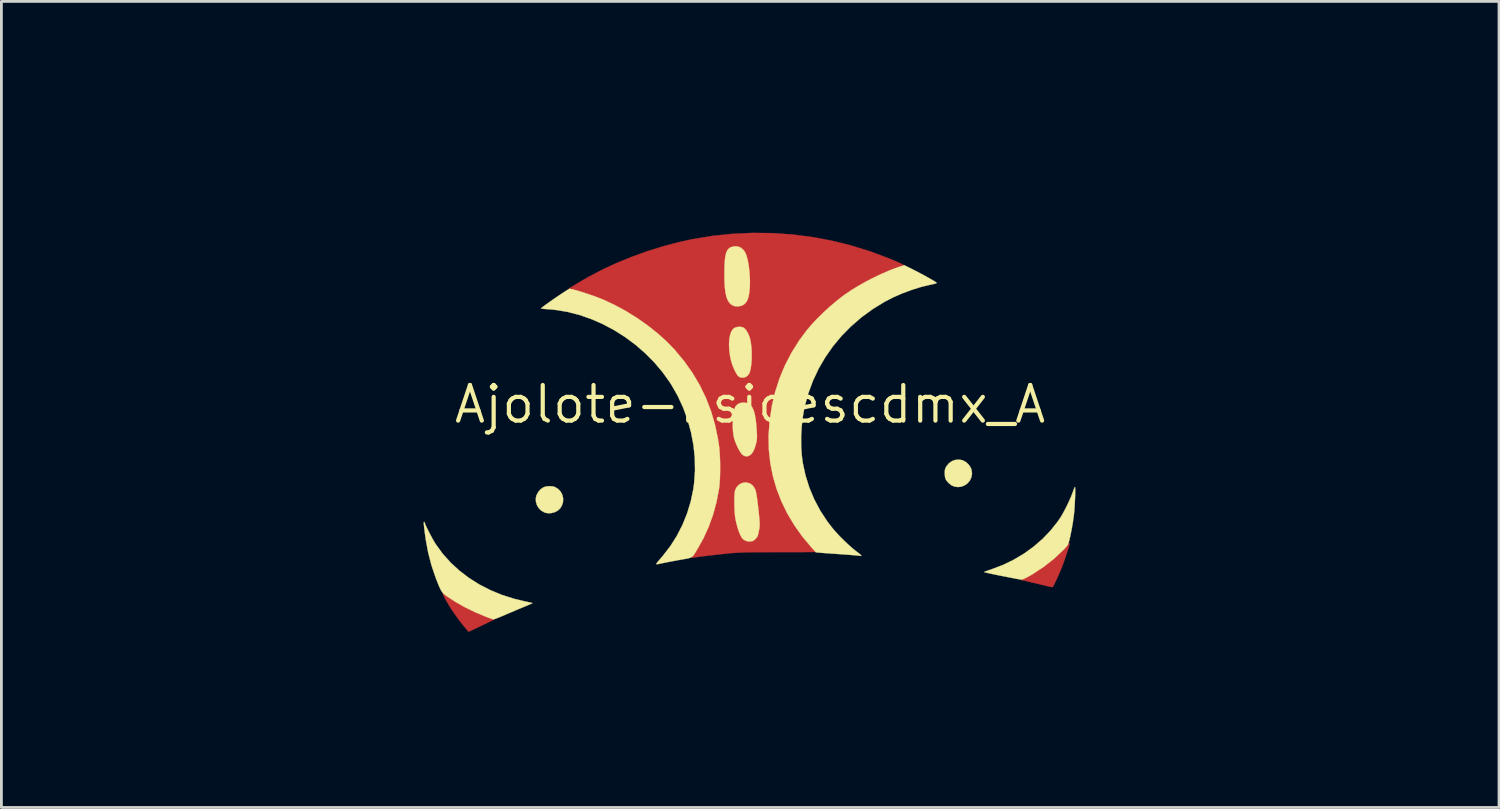
<source format=kicad_pcb>
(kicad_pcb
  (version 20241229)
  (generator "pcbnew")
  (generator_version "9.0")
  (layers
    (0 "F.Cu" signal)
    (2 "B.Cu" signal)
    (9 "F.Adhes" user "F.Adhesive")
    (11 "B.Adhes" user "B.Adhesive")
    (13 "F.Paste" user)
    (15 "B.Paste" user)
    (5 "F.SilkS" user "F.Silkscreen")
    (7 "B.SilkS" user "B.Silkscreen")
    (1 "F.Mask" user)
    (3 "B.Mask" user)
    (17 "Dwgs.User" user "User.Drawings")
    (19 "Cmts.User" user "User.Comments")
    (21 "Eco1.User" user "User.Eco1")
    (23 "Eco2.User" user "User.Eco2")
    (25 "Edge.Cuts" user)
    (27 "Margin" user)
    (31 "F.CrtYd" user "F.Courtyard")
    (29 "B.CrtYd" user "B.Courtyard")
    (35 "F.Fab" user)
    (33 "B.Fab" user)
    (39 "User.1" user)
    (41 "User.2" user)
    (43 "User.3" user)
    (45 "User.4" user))
  (footprint "Ajolote-bsidescdmx_A"
    (layer "F.Cu")
    (at 23.75 11.397)
    (property "Reference" "Ajolote-bsidescdmx_A" (at 0 0 0) (layer "F.SilkS") (effects (font (size 1.27 1.27) (thickness 0.15))))
    (attr through_hole)
    (fp_poly (pts (xy 11.418 4.98) (xy 11.403 5.036) (xy 11.379 5.118) (xy 11.348 5.218) (xy 11.312 5.331) (xy 11.274 5.448) (xy 11.234 5.563) (xy 11.197 5.669) (xy 11.185 5.701) (xy 11.142 5.812) (xy 11.093 5.932) (xy 11.04 6.057) (xy 10.986 6.179) (xy 10.934 6.292) (xy 10.887 6.39) (xy 10.848 6.467) (xy 10.819 6.516) (xy 10.805 6.531) (xy 10.779 6.528) (xy 10.718 6.516) (xy 10.631 6.496) (xy 10.523 6.471) (xy 10.414 6.445) (xy 10.279 6.412) (xy 10.143 6.379) (xy 10.018 6.35) (xy 9.915 6.326) (xy 9.864 6.314) (xy 9.685 6.275) (xy 9.907 6.15) (xy 10.281 5.921) (xy 10.639 5.665) (xy 10.972 5.39) (xy 11.248 5.125) (xy 11.314 5.057) (xy 11.369 5.002) (xy 11.407 4.968) (xy 11.42 4.958) (xy 11.418 4.98)) (stroke (width 0.01) (type solid)) (fill yes) (layer "F.Cu"))
    (fp_poly (pts (xy -10.984 6.736) (xy -10.957 6.751) (xy -10.901 6.786) (xy -10.824 6.836) (xy -10.732 6.896) (xy -10.679 6.932) (xy -10.509 7.039) (xy -10.311 7.152) (xy -10.095 7.267) (xy -9.873 7.376) (xy -9.656 7.475) (xy -9.455 7.558) (xy -9.403 7.577) (xy -9.307 7.613) (xy -9.226 7.645) (xy -9.17 7.669) (xy -9.145 7.682) (xy -9.144 7.683) (xy -9.162 7.695) (xy -9.214 7.722) (xy -9.293 7.761) (xy -9.395 7.811) (xy -9.514 7.868) (xy -9.599 7.909) (xy -10.054 8.124) (xy -10.152 8.015) (xy -10.224 7.93) (xy -10.312 7.819) (xy -10.409 7.692) (xy -10.507 7.558) (xy -10.598 7.428) (xy -10.677 7.311) (xy -10.703 7.271) (xy -10.77 7.161) (xy -10.834 7.053) (xy -10.89 6.952) (xy -10.936 6.864) (xy -10.969 6.795) (xy -10.987 6.75) (xy -10.985 6.735) (xy -10.984 6.736)) (stroke (width 0.01) (type solid)) (fill yes) (layer "F.Cu"))
    (fp_poly (pts (xy 0.807 -6.118) (xy 1.52 -6.068) (xy 2.228 -5.977) (xy 2.93 -5.845) (xy 3.624 -5.672) (xy 4.309 -5.459) (xy 4.897 -5.24) (xy 5.072 -5.169) (xy 5.221 -5.105) (xy 5.343 -5.051) (xy 5.433 -5.007) (xy 5.49 -4.975) (xy 5.511 -4.956) (xy 5.51 -4.953) (xy 5.483 -4.94) (xy 5.426 -4.919) (xy 5.35 -4.892) (xy 5.313 -4.88) (xy 4.9 -4.728) (xy 4.482 -4.541) (xy 4.069 -4.325) (xy 3.669 -4.085) (xy 3.292 -3.826) (xy 3.186 -3.745) (xy 2.777 -3.405) (xy 2.402 -3.041) (xy 2.063 -2.654) (xy 1.759 -2.246) (xy 1.491 -1.819) (xy 1.26 -1.372) (xy 1.067 -0.909) (xy 0.912 -0.43) (xy 0.796 0.064) (xy 0.72 0.572) (xy 0.684 1.069) (xy 0.689 1.556) (xy 0.734 2.034) (xy 0.821 2.504) (xy 0.95 2.966) (xy 1.121 3.422) (xy 1.141 3.47) (xy 1.308 3.816) (xy 1.506 4.164) (xy 1.73 4.502) (xy 1.97 4.82) (xy 2.209 5.094) (xy 2.273 5.163) (xy 2.326 5.221) (xy 2.36 5.26) (xy 2.371 5.273) (xy 2.35 5.275) (xy 2.291 5.276) (xy 2.196 5.277) (xy 2.07 5.278) (xy 1.916 5.279) (xy 1.737 5.28) (xy 1.538 5.281) (xy 1.321 5.281) (xy 1.091 5.281) (xy 1.042 5.281) (xy 0.755 5.281) (xy 0.507 5.282) (xy 0.292 5.283) (xy 0.106 5.285) (xy -0.053 5.287) (xy -0.192 5.29) (xy -0.313 5.294) (xy -0.422 5.299) (xy -0.521 5.305) (xy -0.616 5.312) (xy -0.699 5.319) (xy -0.846 5.334) (xy -1.014 5.351) (xy -1.194 5.371) (xy -1.377 5.392) (xy -1.556 5.414) (xy -1.721 5.434) (xy -1.865 5.453) (xy -1.977 5.469) (xy -2.008 5.474) (xy -2.062 5.479) (xy -2.093 5.476) (xy -2.095 5.473) (xy -2.084 5.45) (xy -2.055 5.402) (xy -2.015 5.339) (xy -2.014 5.338) (xy -1.796 4.985) (xy -1.602 4.603) (xy -1.434 4.201) (xy -1.296 3.787) (xy -1.191 3.37) (xy -1.156 3.185) (xy -1.101 2.743) (xy -1.082 2.288) (xy -1.099 1.823) (xy -1.151 1.356) (xy -1.237 0.891) (xy -1.357 0.434) (xy -1.508 -0.01) (xy -1.691 -0.434) (xy -1.781 -0.614) (xy -1.87 -0.773) (xy -1.978 -0.953) (xy -2.098 -1.141) (xy -2.222 -1.325) (xy -2.342 -1.494) (xy -2.446 -1.63) (xy -2.542 -1.744) (xy -2.662 -1.876) (xy -2.797 -2.02) (xy -2.94 -2.165) (xy -3.082 -2.305) (xy -3.214 -2.429) (xy -3.313 -2.517) (xy -3.75 -2.865) (xy -4.212 -3.177) (xy -4.698 -3.456) (xy -5.209 -3.7) (xy -5.546 -3.837) (xy -5.706 -3.895) (xy -5.873 -3.952) (xy -6.038 -4.004) (xy -6.192 -4.048) (xy -6.323 -4.081) (xy -6.398 -4.097) (xy -6.448 -4.109) (xy -6.476 -4.122) (xy -6.477 -4.125) (xy -6.46 -4.141) (xy -6.411 -4.174) (xy -6.336 -4.221) (xy -6.241 -4.28) (xy -6.132 -4.346) (xy -6.013 -4.416) (xy -5.89 -4.487) (xy -5.769 -4.556) (xy -5.742 -4.571) (xy -5.268 -4.819) (xy -4.762 -5.053) (xy -4.231 -5.27) (xy -3.685 -5.467) (xy -3.133 -5.64) (xy -2.581 -5.787) (xy -2.053 -5.903) (xy -1.34 -6.019) (xy -0.625 -6.093) (xy 0.091 -6.126) (xy 0.807 -6.118)) (stroke (width 0.01) (type solid)) (fill yes) (layer "F.Cu"))
    (fp_poly (pts (xy -16.052 -10.541) (xy -15.871 -10.3) (xy -15.683 -10.09) (xy -15.49 -9.917) (xy -15.295 -9.781) (xy -15.266 -9.764) (xy -15.209 -9.736) (xy -15.119 -9.695) (xy -15.005 -9.645) (xy -14.873 -9.589) (xy -14.731 -9.53) (xy -14.633 -9.491) (xy -14.434 -9.41) (xy -14.269 -9.342) (xy -14.134 -9.283) (xy -14.024 -9.23) (xy -13.934 -9.182) (xy -13.86 -9.136) (xy -13.796 -9.09) (xy -13.737 -9.04) (xy -13.727 -9.031) (xy -13.686 -8.991) (xy -13.65 -8.95) (xy -13.616 -8.903) (xy -13.584 -8.847) (xy -13.551 -8.775) (xy -13.516 -8.685) (xy -13.476 -8.572) (xy -13.429 -8.431) (xy -13.375 -8.258) (xy -13.312 -8.054) (xy -13.22 -7.76) (xy -13.136 -7.504) (xy -13.06 -7.281) (xy -12.989 -7.088) (xy -12.923 -6.922) (xy -12.86 -6.778) (xy -12.822 -6.699) (xy -12.683 -6.445) (xy -12.539 -6.229) (xy -12.383 -6.044) (xy -12.212 -5.886) (xy -12.019 -5.749) (xy -11.801 -5.629) (xy -11.8 -5.629) (xy -11.68 -5.574) (xy -11.555 -5.527) (xy -11.42 -5.484) (xy -11.265 -5.445) (xy -11.085 -5.407) (xy -10.873 -5.368) (xy -10.806 -5.356) (xy -10.627 -5.325) (xy -10.472 -5.295) (xy -10.334 -5.264) (xy -10.204 -5.23) (xy -10.075 -5.189) (xy -9.941 -5.14) (xy -9.793 -5.08) (xy -9.625 -5.006) (xy -9.429 -4.918) (xy -9.347 -4.88) (xy -9.212 -4.815) (xy -9.069 -4.741) (xy -8.923 -4.661) (xy -8.781 -4.579) (xy -8.651 -4.5) (xy -8.538 -4.427) (xy -8.448 -4.364) (xy -8.388 -4.315) (xy -8.378 -4.304) (xy -8.363 -4.284) (xy -8.362 -4.265) (xy -8.378 -4.241) (xy -8.418 -4.204) (xy -8.486 -4.149) (xy -8.505 -4.134) (xy -8.868 -3.834) (xy -9.238 -3.504) (xy -9.607 -3.152) (xy -9.966 -2.788) (xy -10.304 -2.421) (xy -10.509 -2.185) (xy -10.584 -2.096) (xy -10.642 -2.033) (xy -10.691 -1.995) (xy -10.741 -1.977) (xy -10.803 -1.976) (xy -10.885 -1.99) (xy -10.997 -2.015) (xy -11.017 -2.02) (xy -11.367 -2.109) (xy -11.676 -2.209) (xy -11.946 -2.32) (xy -12.175 -2.443) (xy -12.366 -2.577) (xy -12.457 -2.658) (xy -12.514 -2.718) (xy -12.564 -2.779) (xy -12.611 -2.85) (xy -12.661 -2.94) (xy -12.721 -3.059) (xy -12.727 -3.07) (xy -12.789 -3.202) (xy -12.855 -3.351) (xy -12.916 -3.499) (xy -12.966 -3.629) (xy -12.967 -3.63) (xy -13.012 -3.754) (xy -13.06 -3.886) (xy -13.104 -4.011) (xy -13.139 -4.106) (xy -13.271 -4.433) (xy -13.419 -4.726) (xy -13.581 -4.982) (xy -13.755 -5.199) (xy -13.808 -5.254) (xy -13.933 -5.371) (xy -14.066 -5.475) (xy -14.215 -5.572) (xy -14.391 -5.668) (xy -14.506 -5.724) (xy -14.617 -5.779) (xy -14.701 -5.825) (xy -14.77 -5.873) (xy -14.837 -5.928) (xy -14.913 -6.001) (xy -14.929 -6.018) (xy -15.124 -6.239) (xy -15.307 -6.497) (xy -15.475 -6.788) (xy -15.626 -7.109) (xy -15.671 -7.218) (xy -15.737 -7.397) (xy -15.792 -7.57) (xy -15.837 -7.748) (xy -15.876 -7.942) (xy -15.91 -8.162) (xy -15.929 -8.302) (xy -15.951 -8.471) (xy -15.976 -8.662) (xy -16.003 -8.86) (xy -16.029 -9.044) (xy -16.043 -9.138) (xy -16.088 -9.463) (xy -16.123 -9.755) (xy -16.148 -10.013) (xy -16.163 -10.235) (xy -16.168 -10.418) (xy -16.167 -10.467) (xy -16.161 -10.7) (xy -16.052 -10.541)) (stroke (width 0.01) (type solid)) (fill yes) (layer "F.Mask"))
    (fp_poly (pts (xy 16.152 -11.315) (xy 16.159 -11.23) (xy 16.158 -11.108) (xy 16.15 -10.95) (xy 16.135 -10.76) (xy 16.113 -10.542) (xy 16.085 -10.298) (xy 16.051 -10.032) (xy 16.013 -9.757) (xy 15.991 -9.608) (xy 15.967 -9.434) (xy 15.942 -9.251) (xy 15.919 -9.076) (xy 15.906 -8.979) (xy 15.87 -8.726) (xy 15.831 -8.506) (xy 15.785 -8.308) (xy 15.729 -8.121) (xy 15.661 -7.936) (xy 15.577 -7.742) (xy 15.504 -7.588) (xy 15.355 -7.307) (xy 15.199 -7.062) (xy 15.033 -6.849) (xy 14.922 -6.729) (xy 14.843 -6.65) (xy 14.776 -6.591) (xy 14.711 -6.543) (xy 14.636 -6.499) (xy 14.538 -6.449) (xy 14.489 -6.425) (xy 14.294 -6.327) (xy 14.131 -6.232) (xy 13.991 -6.134) (xy 13.864 -6.027) (xy 13.787 -5.953) (xy 13.687 -5.846) (xy 13.596 -5.737) (xy 13.511 -5.62) (xy 13.431 -5.49) (xy 13.352 -5.344) (xy 13.272 -5.176) (xy 13.19 -4.982) (xy 13.101 -4.757) (xy 13.005 -4.497) (xy 12.982 -4.434) (xy 12.929 -4.29) (xy 12.868 -4.138) (xy 12.806 -3.989) (xy 12.749 -3.858) (xy 12.716 -3.789) (xy 12.659 -3.674) (xy 12.611 -3.588) (xy 12.565 -3.518) (xy 12.513 -3.454) (xy 12.447 -3.385) (xy 12.427 -3.365) (xy 12.302 -3.254) (xy 12.159 -3.155) (xy 11.99 -3.062) (xy 11.789 -2.972) (xy 11.726 -2.947) (xy 11.562 -2.888) (xy 11.367 -2.829) (xy 11.155 -2.773) (xy 10.938 -2.723) (xy 10.728 -2.682) (xy 10.573 -2.658) (xy 10.521 -2.654) (xy 10.486 -2.664) (xy 10.451 -2.696) (xy 10.417 -2.736) (xy 10.254 -2.931) (xy 10.061 -3.143) (xy 9.842 -3.368) (xy 9.603 -3.6) (xy 9.349 -3.834) (xy 9.086 -4.067) (xy 8.818 -4.292) (xy 8.551 -4.504) (xy 8.43 -4.597) (xy 8.336 -4.669) (xy 8.256 -4.732) (xy 8.195 -4.782) (xy 8.158 -4.815) (xy 8.149 -4.825) (xy 8.166 -4.854) (xy 8.214 -4.901) (xy 8.288 -4.962) (xy 8.382 -5.033) (xy 8.492 -5.11) (xy 8.549 -5.148) (xy 8.643 -5.205) (xy 8.767 -5.276) (xy 8.913 -5.355) (xy 9.075 -5.44) (xy 9.246 -5.527) (xy 9.419 -5.613) (xy 9.585 -5.693) (xy 9.74 -5.765) (xy 9.874 -5.825) (xy 9.982 -5.87) (xy 10.02 -5.883) (xy 10.113 -5.915) (xy 10.202 -5.942) (xy 10.295 -5.966) (xy 10.399 -5.99) (xy 10.521 -6.014) (xy 10.67 -6.041) (xy 10.854 -6.073) (xy 10.858 -6.074) (xy 10.996 -6.098) (xy 11.136 -6.126) (xy 11.265 -6.153) (xy 11.371 -6.179) (xy 11.419 -6.191) (xy 11.704 -6.293) (xy 11.962 -6.428) (xy 12.196 -6.597) (xy 12.406 -6.8) (xy 12.592 -7.037) (xy 12.756 -7.311) (xy 12.782 -7.361) (xy 12.834 -7.468) (xy 12.884 -7.575) (xy 12.931 -7.688) (xy 12.979 -7.811) (xy 13.029 -7.949) (xy 13.084 -8.108) (xy 13.144 -8.293) (xy 13.213 -8.509) (xy 13.282 -8.731) (xy 13.349 -8.948) (xy 13.407 -9.128) (xy 13.456 -9.276) (xy 13.499 -9.394) (xy 13.537 -9.489) (xy 13.572 -9.562) (xy 13.604 -9.619) (xy 13.637 -9.664) (xy 13.649 -9.678) (xy 13.702 -9.733) (xy 13.759 -9.784) (xy 13.825 -9.832) (xy 13.903 -9.88) (xy 13.999 -9.93) (xy 14.117 -9.986) (xy 14.262 -10.049) (xy 14.438 -10.121) (xy 14.632 -10.199) (xy 14.775 -10.256) (xy 14.912 -10.313) (xy 15.037 -10.366) (xy 15.141 -10.413) (xy 15.218 -10.449) (xy 15.246 -10.463) (xy 15.442 -10.594) (xy 15.638 -10.766) (xy 15.832 -10.977) (xy 16.023 -11.225) (xy 16.031 -11.236) (xy 16.14 -11.392) (xy 16.152 -11.315)) (stroke (width 0.01) (type solid)) (fill yes) (layer "F.Mask"))
    (fp_poly (pts (xy 22.707 -8.446) (xy 22.711 -8.41) (xy 22.712 -8.375) (xy 22.705 -8.287) (xy 22.685 -8.175) (xy 22.65 -8.037) (xy 22.602 -7.872) (xy 22.538 -7.679) (xy 22.459 -7.456) (xy 22.363 -7.201) (xy 22.251 -6.912) (xy 22.121 -6.589) (xy 21.974 -6.229) (xy 21.973 -6.225) (xy 21.859 -5.948) (xy 21.761 -5.705) (xy 21.678 -5.49) (xy 21.607 -5.297) (xy 21.548 -5.122) (xy 21.499 -4.958) (xy 21.459 -4.8) (xy 21.426 -4.644) (xy 21.399 -4.483) (xy 21.377 -4.313) (xy 21.357 -4.127) (xy 21.34 -3.92) (xy 21.326 -3.736) (xy 21.304 -3.471) (xy 21.282 -3.244) (xy 21.258 -3.049) (xy 21.23 -2.882) (xy 21.199 -2.738) (xy 21.162 -2.611) (xy 21.12 -2.497) (xy 21.073 -2.395) (xy 21.008 -2.278) (xy 20.936 -2.172) (xy 20.853 -2.073) (xy 20.755 -1.98) (xy 20.638 -1.889) (xy 20.498 -1.799) (xy 20.333 -1.706) (xy 20.138 -1.607) (xy 19.909 -1.501) (xy 19.674 -1.397) (xy 19.403 -1.277) (xy 19.154 -1.163) (xy 18.931 -1.056) (xy 18.738 -0.959) (xy 18.579 -0.872) (xy 18.503 -0.827) (xy 18.217 -0.636) (xy 17.968 -0.433) (xy 17.748 -0.212) (xy 17.552 0.033) (xy 17.375 0.31) (xy 17.267 0.508) (xy 17.203 0.636) (xy 17.144 0.763) (xy 17.085 0.896) (xy 17.026 1.042) (xy 16.961 1.21) (xy 16.888 1.406) (xy 16.845 1.524) (xy 16.766 1.741) (xy 16.696 1.923) (xy 16.634 2.074) (xy 16.577 2.201) (xy 16.522 2.307) (xy 16.467 2.399) (xy 16.409 2.481) (xy 16.345 2.559) (xy 16.293 2.617) (xy 16.13 2.766) (xy 15.929 2.907) (xy 15.688 3.039) (xy 15.409 3.164) (xy 15.089 3.28) (xy 14.729 3.389) (xy 14.616 3.419) (xy 14.389 3.474) (xy 14.15 3.523) (xy 13.907 3.565) (xy 13.667 3.6) (xy 13.438 3.627) (xy 13.226 3.643) (xy 13.04 3.65) (xy 12.887 3.645) (xy 12.887 3.645) (xy 12.809 3.638) (xy 12.809 3.2) (xy 12.804 2.891) (xy 12.788 2.602) (xy 12.759 2.322) (xy 12.716 2.039) (xy 12.656 1.74) (xy 12.592 1.46) (xy 12.458 0.976) (xy 12.297 0.497) (xy 12.104 0.017) (xy 11.877 -0.474) (xy 11.842 -0.545) (xy 11.775 -0.679) (xy 11.709 -0.81) (xy 11.648 -0.928) (xy 11.596 -1.026) (xy 11.558 -1.097) (xy 11.547 -1.116) (xy 11.471 -1.248) (xy 11.572 -1.312) (xy 11.749 -1.416) (xy 11.963 -1.528) (xy 12.206 -1.645) (xy 12.475 -1.765) (xy 12.763 -1.886) (xy 13.065 -2.005) (xy 13.377 -2.12) (xy 13.691 -2.23) (xy 14.003 -2.332) (xy 14.308 -2.424) (xy 14.372 -2.442) (xy 14.469 -2.469) (xy 14.562 -2.493) (xy 14.659 -2.516) (xy 14.764 -2.539) (xy 14.883 -2.563) (xy 15.023 -2.59) (xy 15.188 -2.62) (xy 15.384 -2.655) (xy 15.579 -2.689) (xy 15.741 -2.718) (xy 15.91 -2.75) (xy 16.075 -2.782) (xy 16.224 -2.813) (xy 16.345 -2.84) (xy 16.373 -2.846) (xy 16.786 -2.959) (xy 17.163 -3.091) (xy 17.503 -3.241) (xy 17.805 -3.409) (xy 18.07 -3.595) (xy 18.272 -3.774) (xy 18.402 -3.913) (xy 18.519 -4.059) (xy 18.627 -4.217) (xy 18.728 -4.394) (xy 18.824 -4.594) (xy 18.92 -4.822) (xy 19.018 -5.084) (xy 19.07 -5.236) (xy 19.12 -5.381) (xy 19.17 -5.521) (xy 19.216 -5.646) (xy 19.256 -5.751) (xy 19.287 -5.827) (xy 19.301 -5.857) (xy 19.39 -6.013) (xy 19.497 -6.156) (xy 19.625 -6.29) (xy 19.78 -6.422) (xy 19.966 -6.554) (xy 20.188 -6.691) (xy 20.204 -6.7) (xy 20.439 -6.843) (xy 20.686 -7.007) (xy 20.948 -7.195) (xy 21.23 -7.409) (xy 21.469 -7.599) (xy 21.685 -7.772) (xy 21.871 -7.92) (xy 22.03 -8.045) (xy 22.166 -8.149) (xy 22.28 -8.234) (xy 22.376 -8.301) (xy 22.457 -8.354) (xy 22.524 -8.393) (xy 22.582 -8.422) (xy 22.633 -8.441) (xy 22.648 -8.445) (xy 22.688 -8.455) (xy 22.707 -8.446)) (stroke (width 0.01) (type solid)) (fill yes) (layer "F.Mask"))
    (fp_poly (pts (xy -22.668 -7.747) (xy -22.586 -7.714) (xy -22.48 -7.654) (xy -22.348 -7.568) (xy -22.19 -7.454) (xy -22.003 -7.311) (xy -21.841 -7.182) (xy -21.613 -6.998) (xy -21.413 -6.839) (xy -21.237 -6.7) (xy -21.079 -6.579) (xy -20.936 -6.472) (xy -20.803 -6.376) (xy -20.675 -6.287) (xy -20.548 -6.203) (xy -20.418 -6.12) (xy -20.28 -6.034) (xy -20.193 -5.982) (xy -20.016 -5.873) (xy -19.872 -5.776) (xy -19.753 -5.688) (xy -19.653 -5.603) (xy -19.566 -5.516) (xy -19.506 -5.446) (xy -19.435 -5.353) (xy -19.37 -5.25) (xy -19.308 -5.13) (xy -19.246 -4.989) (xy -19.181 -4.819) (xy -19.11 -4.616) (xy -19.092 -4.561) (xy -19.046 -4.422) (xy -18.997 -4.283) (xy -18.95 -4.153) (xy -18.909 -4.044) (xy -18.879 -3.971) (xy -18.729 -3.664) (xy -18.556 -3.391) (xy -18.358 -3.148) (xy -18.131 -2.932) (xy -17.872 -2.741) (xy -17.578 -2.57) (xy -17.494 -2.529) (xy -17.305 -2.442) (xy -17.109 -2.363) (xy -16.9 -2.29) (xy -16.674 -2.222) (xy -16.427 -2.157) (xy -16.152 -2.095) (xy -15.846 -2.033) (xy -15.504 -1.971) (xy -15.423 -1.957) (xy -15.227 -1.923) (xy -15.05 -1.889) (xy -14.884 -1.855) (xy -14.726 -1.817) (xy -14.569 -1.775) (xy -14.409 -1.728) (xy -14.239 -1.672) (xy -14.055 -1.608) (xy -13.85 -1.532) (xy -13.62 -1.444) (xy -13.358 -1.341) (xy -13.229 -1.29) (xy -13.105 -1.241) (xy -12.964 -1.183) (xy -12.811 -1.12) (xy -12.649 -1.054) (xy -12.485 -0.986) (xy -12.323 -0.918) (xy -12.168 -0.853) (xy -12.024 -0.792) (xy -11.897 -0.737) (xy -11.79 -0.691) (xy -11.71 -0.656) (xy -11.66 -0.633) (xy -11.646 -0.625) (xy -11.653 -0.605) (xy -11.677 -0.556) (xy -11.715 -0.485) (xy -11.758 -0.409) (xy -11.982 0.007) (xy -12.188 0.445) (xy -12.371 0.895) (xy -12.53 1.35) (xy -12.66 1.801) (xy -12.759 2.239) (xy -12.783 2.371) (xy -12.811 2.544) (xy -12.834 2.7) (xy -12.851 2.847) (xy -12.863 2.994) (xy -12.871 3.15) (xy -12.876 3.323) (xy -12.878 3.522) (xy -12.878 3.709) (xy -12.876 4.339) (xy -13.111 4.336) (xy -13.233 4.333) (xy -13.365 4.327) (xy -13.486 4.32) (xy -13.536 4.315) (xy -13.834 4.278) (xy -14.144 4.225) (xy -14.459 4.156) (xy -14.77 4.075) (xy -15.071 3.983) (xy -15.354 3.883) (xy -15.612 3.777) (xy -15.837 3.667) (xy -15.884 3.64) (xy -16.101 3.498) (xy -16.283 3.338) (xy -16.437 3.154) (xy -16.569 2.939) (xy -16.594 2.889) (xy -16.627 2.817) (xy -16.671 2.713) (xy -16.721 2.588) (xy -16.774 2.451) (xy -16.826 2.31) (xy -16.835 2.286) (xy -16.911 2.077) (xy -16.977 1.9) (xy -17.036 1.749) (xy -17.091 1.615) (xy -17.146 1.491) (xy -17.202 1.371) (xy -17.264 1.245) (xy -17.284 1.206) (xy -17.387 1.011) (xy -17.485 0.846) (xy -17.582 0.702) (xy -17.688 0.569) (xy -17.807 0.437) (xy -17.864 0.38) (xy -18 0.252) (xy -18.147 0.129) (xy -18.311 0.01) (xy -18.493 -0.108) (xy -18.699 -0.226) (xy -18.932 -0.349) (xy -19.195 -0.476) (xy -19.492 -0.612) (xy -19.717 -0.71) (xy -19.973 -0.822) (xy -20.192 -0.925) (xy -20.379 -1.02) (xy -20.537 -1.111) (xy -20.67 -1.199) (xy -20.782 -1.288) (xy -20.877 -1.38) (xy -20.958 -1.478) (xy -21.03 -1.585) (xy -21.046 -1.611) (xy -21.1 -1.711) (xy -21.147 -1.818) (xy -21.187 -1.935) (xy -21.222 -2.067) (xy -21.252 -2.22) (xy -21.278 -2.398) (xy -21.302 -2.606) (xy -21.325 -2.849) (xy -21.337 -2.993) (xy -21.355 -3.221) (xy -21.373 -3.423) (xy -21.392 -3.604) (xy -21.413 -3.769) (xy -21.438 -3.924) (xy -21.468 -4.072) (xy -21.505 -4.221) (xy -21.549 -4.374) (xy -21.602 -4.536) (xy -21.665 -4.714) (xy -21.74 -4.911) (xy -21.828 -5.133) (xy -21.931 -5.386) (xy -22.016 -5.594) (xy -22.153 -5.928) (xy -22.272 -6.226) (xy -22.375 -6.491) (xy -22.464 -6.726) (xy -22.538 -6.932) (xy -22.598 -7.113) (xy -22.646 -7.271) (xy -22.683 -7.409) (xy -22.709 -7.529) (xy -22.725 -7.634) (xy -22.726 -7.646) (xy -22.739 -7.767) (xy -22.668 -7.747)) (stroke (width 0.01) (type solid)) (fill yes) (layer "F.Mask"))
    (fp_poly (pts (xy -23.329 0.916) (xy -23.185 0.922) (xy -23.038 0.934) (xy -22.896 0.951) (xy -22.77 0.973) (xy -22.45 1.056) (xy -22.139 1.166) (xy -21.845 1.299) (xy -21.579 1.45) (xy -21.549 1.47) (xy -21.428 1.558) (xy -21.295 1.671) (xy -21.147 1.812) (xy -20.981 1.982) (xy -20.795 2.184) (xy -20.732 2.254) (xy -20.555 2.45) (xy -20.398 2.617) (xy -20.255 2.76) (xy -20.12 2.884) (xy -19.988 2.993) (xy -19.854 3.092) (xy -19.712 3.187) (xy -19.605 3.253) (xy -19.356 3.386) (xy -19.079 3.503) (xy -18.787 3.6) (xy -18.752 3.609) (xy -18.674 3.631) (xy -18.602 3.653) (xy -18.529 3.677) (xy -18.453 3.704) (xy -18.37 3.736) (xy -18.275 3.775) (xy -18.164 3.823) (xy -18.035 3.881) (xy -17.882 3.95) (xy -17.701 4.033) (xy -17.49 4.132) (xy -17.304 4.218) (xy -16.889 4.411) (xy -16.51 4.585) (xy -16.165 4.742) (xy -15.85 4.882) (xy -15.565 5.006) (xy -15.307 5.116) (xy -15.073 5.211) (xy -14.862 5.293) (xy -14.672 5.363) (xy -14.499 5.42) (xy -14.343 5.467) (xy -14.2 5.504) (xy -14.069 5.532) (xy -13.948 5.551) (xy -13.833 5.562) (xy -13.724 5.567) (xy -13.697 5.567) (xy -13.615 5.565) (xy -13.543 5.56) (xy -13.471 5.547) (xy -13.388 5.527) (xy -13.282 5.495) (xy -13.206 5.471) (xy -13.063 5.428) (xy -12.937 5.395) (xy -12.835 5.375) (xy -12.761 5.367) (xy -12.72 5.373) (xy -12.716 5.377) (xy -12.708 5.4) (xy -12.693 5.457) (xy -12.672 5.54) (xy -12.646 5.643) (xy -12.63 5.708) (xy -12.484 6.223) (xy -12.302 6.728) (xy -12.086 7.218) (xy -11.838 7.687) (xy -11.561 8.13) (xy -11.414 8.339) (xy -11.353 8.424) (xy -11.317 8.482) (xy -11.304 8.517) (xy -11.31 8.534) (xy -11.311 8.534) (xy -11.359 8.551) (xy -11.439 8.568) (xy -11.542 8.584) (xy -11.656 8.598) (xy -11.771 8.609) (xy -11.878 8.614) (xy -11.914 8.615) (xy -12.083 8.607) (xy -12.238 8.584) (xy -12.394 8.54) (xy -12.555 8.48) (xy -12.731 8.416) (xy -12.904 8.373) (xy -13.089 8.349) (xy -13.298 8.34) (xy -13.329 8.34) (xy -13.463 8.342) (xy -13.591 8.349) (xy -13.717 8.363) (xy -13.847 8.384) (xy -13.988 8.414) (xy -14.144 8.454) (xy -14.322 8.506) (xy -14.527 8.57) (xy -14.765 8.648) (xy -14.8 8.659) (xy -15.024 8.733) (xy -15.215 8.793) (xy -15.377 8.841) (xy -15.516 8.877) (xy -15.637 8.905) (xy -15.747 8.924) (xy -15.85 8.936) (xy -15.953 8.942) (xy -15.96 8.942) (xy -16.058 8.945) (xy -16.145 8.945) (xy -16.21 8.943) (xy -16.235 8.94) (xy -16.423 8.887) (xy -16.624 8.799) (xy -16.834 8.678) (xy -16.954 8.596) (xy -17.028 8.542) (xy -17.103 8.484) (xy -17.181 8.42) (xy -17.268 8.346) (xy -17.366 8.258) (xy -17.48 8.153) (xy -17.614 8.029) (xy -17.771 7.88) (xy -17.913 7.745) (xy -18.037 7.628) (xy -18.163 7.512) (xy -18.284 7.403) (xy -18.393 7.307) (xy -18.484 7.23) (xy -18.545 7.181) (xy -18.836 6.982) (xy -19.136 6.819) (xy -19.454 6.69) (xy -19.797 6.589) (xy -19.821 6.583) (xy -19.956 6.551) (xy -20.11 6.514) (xy -20.262 6.478) (xy -20.357 6.455) (xy -20.62 6.379) (xy -20.847 6.283) (xy -21.038 6.168) (xy -21.143 6.083) (xy -21.217 6.009) (xy -21.277 5.936) (xy -21.314 5.875) (xy -21.314 5.875) (xy -21.342 5.801) (xy -21.372 5.702) (xy -21.405 5.575) (xy -21.443 5.416) (xy -21.485 5.225) (xy -21.532 4.997) (xy -21.585 4.73) (xy -21.589 4.706) (xy -21.641 4.446) (xy -21.688 4.223) (xy -21.732 4.033) (xy -21.773 3.871) (xy -21.812 3.734) (xy -21.852 3.616) (xy -21.893 3.512) (xy -21.908 3.477) (xy -21.977 3.344) (xy -22.065 3.208) (xy -22.174 3.067) (xy -22.308 2.918) (xy -22.469 2.758) (xy -22.661 2.582) (xy -22.881 2.392) (xy -22.997 2.294) (xy -23.109 2.197) (xy -23.212 2.106) (xy -23.299 2.028) (xy -23.362 1.97) (xy -23.376 1.956) (xy -23.528 1.782) (xy -23.639 1.607) (xy -23.711 1.428) (xy -23.743 1.241) (xy -23.745 1.132) (xy -23.738 0.965) (xy -23.643 0.936) (xy -23.568 0.922) (xy -23.46 0.916) (xy -23.329 0.916)) (stroke (width 0.01) (type solid)) (fill yes) (layer "F.Mask"))
    (fp_poly (pts (xy 23.518 0.21) (xy 23.672 0.236) (xy 23.755 0.257) (xy 23.744 0.462) (xy 23.734 0.584) (xy 23.715 0.695) (xy 23.684 0.799) (xy 23.639 0.9) (xy 23.576 1.002) (xy 23.494 1.108) (xy 23.389 1.222) (xy 23.258 1.349) (xy 23.099 1.491) (xy 22.909 1.654) (xy 22.871 1.687) (xy 22.684 1.846) (xy 22.52 1.99) (xy 22.377 2.123) (xy 22.253 2.251) (xy 22.145 2.376) (xy 22.051 2.503) (xy 21.97 2.637) (xy 21.899 2.781) (xy 21.835 2.94) (xy 21.777 3.118) (xy 21.722 3.318) (xy 21.668 3.547) (xy 21.613 3.806) (xy 21.555 4.101) (xy 21.526 4.255) (xy 21.474 4.52) (xy 21.425 4.745) (xy 21.38 4.929) (xy 21.338 5.073) (xy 21.299 5.179) (xy 21.291 5.197) (xy 21.241 5.271) (xy 21.16 5.354) (xy 21.056 5.44) (xy 20.935 5.523) (xy 20.849 5.573) (xy 20.753 5.62) (xy 20.64 5.664) (xy 20.504 5.708) (xy 20.339 5.753) (xy 20.14 5.8) (xy 20.045 5.822) (xy 19.793 5.881) (xy 19.574 5.942) (xy 19.377 6.009) (xy 19.194 6.084) (xy 19.123 6.116) (xy 18.998 6.177) (xy 18.881 6.241) (xy 18.766 6.312) (xy 18.649 6.391) (xy 18.527 6.483) (xy 18.394 6.591) (xy 18.248 6.718) (xy 18.083 6.867) (xy 17.896 7.042) (xy 17.767 7.165) (xy 17.606 7.318) (xy 17.47 7.446) (xy 17.355 7.552) (xy 17.257 7.64) (xy 17.17 7.715) (xy 17.09 7.78) (xy 17.012 7.84) (xy 16.932 7.899) (xy 16.923 7.906) (xy 16.731 8.031) (xy 16.546 8.129) (xy 16.374 8.196) (xy 16.362 8.2) (xy 16.275 8.219) (xy 16.163 8.235) (xy 16.044 8.244) (xy 15.934 8.247) (xy 15.847 8.242) (xy 15.843 8.242) (xy 15.73 8.223) (xy 15.612 8.198) (xy 15.482 8.166) (xy 15.335 8.125) (xy 15.164 8.073) (xy 14.963 8.009) (xy 14.867 7.978) (xy 14.616 7.897) (xy 14.4 7.829) (xy 14.214 7.774) (xy 14.051 7.73) (xy 13.908 7.695) (xy 13.778 7.67) (xy 13.657 7.652) (xy 13.54 7.641) (xy 13.421 7.635) (xy 13.324 7.634) (xy 13.122 7.639) (xy 12.944 7.66) (xy 12.775 7.698) (xy 12.597 7.757) (xy 12.535 7.782) (xy 12.367 7.844) (xy 12.218 7.885) (xy 12.074 7.908) (xy 11.92 7.916) (xy 11.897 7.916) (xy 11.78 7.913) (xy 11.663 7.904) (xy 11.557 7.892) (xy 11.472 7.876) (xy 11.417 7.858) (xy 11.413 7.855) (xy 11.41 7.836) (xy 11.427 7.79) (xy 11.466 7.717) (xy 11.527 7.612) (xy 11.569 7.544) (xy 11.662 7.387) (xy 11.763 7.206) (xy 11.868 7.009) (xy 11.97 6.808) (xy 12.065 6.614) (xy 12.146 6.436) (xy 12.201 6.308) (xy 12.253 6.174) (xy 12.307 6.022) (xy 12.364 5.856) (xy 12.42 5.683) (xy 12.474 5.509) (xy 12.525 5.339) (xy 12.57 5.181) (xy 12.607 5.039) (xy 12.636 4.92) (xy 12.653 4.83) (xy 12.658 4.782) (xy 12.669 4.752) (xy 12.708 4.742) (xy 12.72 4.741) (xy 12.778 4.745) (xy 12.867 4.754) (xy 12.978 4.768) (xy 13.101 4.785) (xy 13.225 4.804) (xy 13.341 4.823) (xy 13.43 4.84) (xy 13.631 4.863) (xy 13.851 4.855) (xy 14.094 4.817) (xy 14.224 4.786) (xy 14.356 4.75) (xy 14.491 4.71) (xy 14.631 4.665) (xy 14.78 4.614) (xy 14.94 4.554) (xy 15.114 4.487) (xy 15.305 4.409) (xy 15.515 4.32) (xy 15.747 4.219) (xy 16.004 4.105) (xy 16.289 3.977) (xy 16.603 3.834) (xy 16.951 3.673) (xy 17.293 3.514) (xy 17.531 3.404) (xy 17.734 3.31) (xy 17.906 3.231) (xy 18.053 3.165) (xy 18.177 3.11) (xy 18.283 3.065) (xy 18.374 3.028) (xy 18.455 2.997) (xy 18.529 2.971) (xy 18.601 2.948) (xy 18.675 2.926) (xy 18.731 2.911) (xy 19.081 2.797) (xy 19.407 2.654) (xy 19.715 2.478) (xy 20.011 2.265) (xy 20.209 2.098) (xy 20.266 2.045) (xy 20.344 1.965) (xy 20.44 1.866) (xy 20.546 1.753) (xy 20.657 1.632) (xy 20.754 1.525) (xy 20.917 1.346) (xy 21.058 1.195) (xy 21.183 1.068) (xy 21.296 0.962) (xy 21.402 0.872) (xy 21.507 0.793) (xy 21.614 0.722) (xy 21.73 0.655) (xy 21.859 0.586) (xy 21.863 0.584) (xy 22.099 0.475) (xy 22.346 0.383) (xy 22.597 0.308) (xy 22.847 0.252) (xy 23.088 0.216) (xy 23.314 0.202) (xy 23.518 0.21)) (stroke (width 0.01) (type solid)) (fill yes) (layer "F.Mask"))
    (fp_poly (pts (xy -7.185 -2.2) (xy -6.926 -2.161) (xy -6.637 -2.095) (xy -6.556 -2.072) (xy -6.144 -1.936) (xy -5.746 -1.763) (xy -5.364 -1.555) (xy -5.001 -1.316) (xy -4.663 -1.047) (xy -4.352 -0.751) (xy -4.072 -0.432) (xy -3.867 -0.152) (xy -3.779 -0.011) (xy -3.686 0.159) (xy -3.592 0.344) (xy -3.505 0.533) (xy -3.43 0.713) (xy -3.377 0.857) (xy -3.271 1.237) (xy -3.2 1.625) (xy -3.163 2.014) (xy -3.162 2.398) (xy -3.197 2.774) (xy -3.267 3.134) (xy -3.295 3.239) (xy -3.421 3.607) (xy -3.584 3.96) (xy -3.78 4.295) (xy -4.007 4.608) (xy -4.262 4.897) (xy -4.542 5.158) (xy -4.845 5.389) (xy -5.168 5.586) (xy -5.509 5.747) (xy -5.534 5.757) (xy -5.765 5.834) (xy -6.026 5.897) (xy -6.305 5.943) (xy -6.593 5.972) (xy -6.879 5.98) (xy -7.027 5.976) (xy -7.432 5.94) (xy -7.826 5.872) (xy -8.207 5.774) (xy -8.571 5.648) (xy -8.914 5.495) (xy -9.234 5.317) (xy -9.525 5.114) (xy -9.786 4.89) (xy -9.963 4.702) (xy -10.17 4.436) (xy -10.343 4.156) (xy -10.483 3.858) (xy -10.594 3.536) (xy -10.672 3.214) (xy -10.689 3.123) (xy -10.701 3.038) (xy -10.71 2.951) (xy -10.716 2.852) (xy -10.717 2.809) (xy -8.243 2.809) (xy -8.237 2.962) (xy -8.222 3.099) (xy -8.206 3.175) (xy -8.12 3.42) (xy -7.999 3.647) (xy -7.846 3.851) (xy -7.665 4.028) (xy -7.459 4.176) (xy -7.233 4.291) (xy -7.027 4.359) (xy -6.854 4.39) (xy -6.659 4.402) (xy -6.461 4.394) (xy -6.275 4.366) (xy -6.247 4.36) (xy -6.011 4.282) (xy -5.791 4.169) (xy -5.59 4.023) (xy -5.413 3.849) (xy -5.263 3.652) (xy -5.145 3.435) (xy -5.063 3.203) (xy -5.047 3.134) (xy -5.024 2.976) (xy -5.017 2.798) (xy -5.025 2.617) (xy -5.047 2.452) (xy -5.059 2.401) (xy -5.132 2.182) (xy -5.238 1.971) (xy -5.37 1.777) (xy -5.523 1.608) (xy -5.633 1.514) (xy -5.775 1.42) (xy -5.938 1.332) (xy -6.106 1.259) (xy -6.244 1.213) (xy -6.362 1.191) (xy -6.506 1.179) (xy -6.662 1.176) (xy -6.816 1.183) (xy -6.952 1.199) (xy -7.026 1.215) (xy -7.277 1.305) (xy -7.507 1.43) (xy -7.711 1.587) (xy -7.888 1.774) (xy -8.035 1.987) (xy -8.149 2.224) (xy -8.205 2.393) (xy -8.227 2.51) (xy -8.24 2.653) (xy -8.243 2.809) (xy -10.717 2.809) (xy -10.718 2.732) (xy -10.719 2.581) (xy -10.719 2.529) (xy -10.717 2.326) (xy -10.711 2.153) (xy -10.698 1.998) (xy -10.678 1.849) (xy -10.648 1.692) (xy -10.612 1.533) (xy -9.353 1.533) (xy -9.342 1.667) (xy -9.325 1.724) (xy -9.271 1.819) (xy -9.195 1.885) (xy -9.133 1.911) (xy -9.047 1.914) (xy -8.946 1.881) (xy -8.849 1.824) (xy -8.793 1.779) (xy -8.718 1.711) (xy -8.634 1.626) (xy -8.547 1.534) (xy -8.521 1.504) (xy -8.349 1.311) (xy -8.201 1.147) (xy -8.071 1.011) (xy -7.957 0.899) (xy -7.856 0.809) (xy -7.762 0.736) (xy -7.673 0.679) (xy -7.585 0.634) (xy -7.495 0.599) (xy -7.399 0.569) (xy -7.377 0.564) (xy -7.313 0.549) (xy -7.217 0.529) (xy -7.1 0.507) (xy -6.971 0.483) (xy -6.879 0.466) (xy -6.686 0.431) (xy -6.529 0.399) (xy -6.403 0.367) (xy -6.301 0.336) (xy -6.218 0.302) (xy -6.147 0.264) (xy -6.134 0.256) (xy -6.037 0.172) (xy -5.975 0.068) (xy -5.95 -0.051) (xy -5.963 -0.181) (xy -6.013 -0.318) (xy -6.024 -0.339) (xy -6.122 -0.475) (xy -6.252 -0.585) (xy -6.415 -0.67) (xy -6.609 -0.729) (xy -6.832 -0.761) (xy -7.006 -0.768) (xy -7.3 -0.747) (xy -7.582 -0.686) (xy -7.85 -0.586) (xy -8.104 -0.447) (xy -8.341 -0.27) (xy -8.56 -0.057) (xy -8.718 0.135) (xy -8.874 0.358) (xy -9.011 0.58) (xy -9.127 0.796) (xy -9.221 1.003) (xy -9.291 1.198) (xy -9.335 1.375) (xy -9.353 1.533) (xy -10.612 1.533) (xy -10.609 1.517) (xy -10.582 1.412) (xy -10.48 1.061) (xy -10.349 0.711) (xy -10.195 0.366) (xy -10.019 0.027) (xy -9.823 -0.3) (xy -9.611 -0.613) (xy -9.384 -0.908) (xy -9.146 -1.182) (xy -8.9 -1.432) (xy -8.647 -1.655) (xy -8.39 -1.846) (xy -8.133 -2.003) (xy -7.877 -2.122) (xy -7.8 -2.151) (xy -7.62 -2.194) (xy -7.416 -2.211) (xy -7.185 -2.2)) (stroke (width 0.01) (type solid)) (fill yes) (layer "F.Mask"))
    (fp_poly (pts (xy 7.395 -3.167) (xy 7.546 -3.145) (xy 7.751 -3.08) (xy 7.969 -2.978) (xy 8.194 -2.842) (xy 8.425 -2.676) (xy 8.658 -2.481) (xy 8.89 -2.262) (xy 9.116 -2.019) (xy 9.335 -1.758) (xy 9.541 -1.48) (xy 9.616 -1.371) (xy 9.858 -0.981) (xy 10.066 -0.584) (xy 10.24 -0.185) (xy 10.379 0.216) (xy 10.484 0.616) (xy 10.554 1.012) (xy 10.589 1.403) (xy 10.587 1.784) (xy 10.55 2.155) (xy 10.476 2.512) (xy 10.365 2.854) (xy 10.275 3.061) (xy 10.112 3.355) (xy 9.912 3.633) (xy 9.679 3.893) (xy 9.417 4.129) (xy 9.13 4.337) (xy 8.956 4.443) (xy 8.583 4.629) (xy 8.189 4.78) (xy 7.779 4.894) (xy 7.357 4.971) (xy 6.926 5.009) (xy 6.689 5.013) (xy 6.566 5.012) (xy 6.455 5.009) (xy 6.362 5.007) (xy 6.298 5.004) (xy 6.276 5.002) (xy 5.94 4.95) (xy 5.634 4.876) (xy 5.348 4.777) (xy 5.075 4.65) (xy 4.806 4.492) (xy 4.753 4.457) (xy 4.429 4.217) (xy 4.135 3.949) (xy 3.873 3.656) (xy 3.643 3.34) (xy 3.447 3.004) (xy 3.287 2.65) (xy 3.163 2.282) (xy 3.077 1.902) (xy 3.062 1.782) (xy 5.192 1.782) (xy 5.196 2.037) (xy 5.24 2.286) (xy 5.323 2.526) (xy 5.443 2.752) (xy 5.599 2.958) (xy 5.636 2.999) (xy 5.827 3.171) (xy 6.04 3.308) (xy 6.27 3.41) (xy 6.514 3.474) (xy 6.767 3.499) (xy 7.025 3.485) (xy 7.169 3.459) (xy 7.41 3.385) (xy 7.634 3.273) (xy 7.837 3.128) (xy 8.017 2.951) (xy 8.17 2.747) (xy 8.293 2.517) (xy 8.354 2.36) (xy 8.378 2.286) (xy 8.394 2.219) (xy 8.404 2.15) (xy 8.41 2.067) (xy 8.412 1.958) (xy 8.412 1.894) (xy 8.409 1.719) (xy 8.394 1.572) (xy 8.365 1.439) (xy 8.319 1.306) (xy 8.252 1.159) (xy 8.227 1.111) (xy 8.154 0.994) (xy 8.054 0.866) (xy 7.937 0.738) (xy 7.813 0.622) (xy 7.693 0.526) (xy 7.634 0.488) (xy 7.403 0.377) (xy 7.159 0.303) (xy 6.906 0.268) (xy 6.651 0.272) (xy 6.4 0.316) (xy 6.268 0.357) (xy 6.113 0.418) (xy 5.978 0.49) (xy 5.851 0.58) (xy 5.72 0.695) (xy 5.661 0.751) (xy 5.571 0.844) (xy 5.504 0.922) (xy 5.451 0.997) (xy 5.401 1.082) (xy 5.37 1.143) (xy 5.296 1.307) (xy 5.244 1.455) (xy 5.212 1.605) (xy 5.193 1.774) (xy 5.192 1.782) (xy 3.062 1.782) (xy 3.03 1.512) (xy 3.024 1.115) (xy 3.029 1.016) (xy 3.076 0.585) (xy 3.163 0.169) (xy 3.288 -0.232) (xy 3.45 -0.615) (xy 3.649 -0.98) (xy 3.883 -1.324) (xy 3.949 -1.404) (xy 5.588 -1.404) (xy 5.593 -1.32) (xy 5.596 -1.305) (xy 5.639 -1.217) (xy 5.72 -1.136) (xy 5.835 -1.064) (xy 5.979 -1.003) (xy 6.033 -0.987) (xy 6.092 -0.972) (xy 6.184 -0.953) (xy 6.298 -0.93) (xy 6.426 -0.906) (xy 6.53 -0.888) (xy 6.786 -0.838) (xy 7.002 -0.786) (xy 7.177 -0.731) (xy 7.314 -0.672) (xy 7.384 -0.631) (xy 7.5 -0.54) (xy 7.636 -0.415) (xy 7.79 -0.257) (xy 7.954 -0.074) (xy 8.095 0.086) (xy 8.22 0.223) (xy 8.326 0.334) (xy 8.411 0.417) (xy 8.473 0.469) (xy 8.475 0.471) (xy 8.54 0.51) (xy 8.612 0.542) (xy 8.676 0.56) (xy 8.717 0.56) (xy 8.765 0.551) (xy 8.775 0.55) (xy 8.807 0.537) (xy 8.855 0.504) (xy 8.877 0.486) (xy 8.942 0.401) (xy 8.977 0.288) (xy 8.983 0.149) (xy 8.96 -0.016) (xy 8.907 -0.204) (xy 8.826 -0.413) (xy 8.73 -0.615) (xy 8.607 -0.837) (xy 8.469 -1.053) (xy 8.323 -1.255) (xy 8.174 -1.436) (xy 8.027 -1.589) (xy 7.933 -1.671) (xy 7.805 -1.761) (xy 7.649 -1.851) (xy 7.477 -1.936) (xy 7.303 -2.008) (xy 7.14 -2.061) (xy 7.123 -2.066) (xy 6.955 -2.1) (xy 6.772 -2.12) (xy 6.588 -2.126) (xy 6.416 -2.117) (xy 6.267 -2.094) (xy 6.244 -2.088) (xy 6.053 -2.023) (xy 5.89 -1.937) (xy 5.759 -1.835) (xy 5.665 -1.717) (xy 5.647 -1.685) (xy 5.618 -1.605) (xy 5.598 -1.506) (xy 5.588 -1.404) (xy 3.949 -1.404) (xy 4.151 -1.647) (xy 4.453 -1.946) (xy 4.787 -2.22) (xy 5.152 -2.467) (xy 5.441 -2.633) (xy 5.699 -2.759) (xy 5.963 -2.871) (xy 6.228 -2.968) (xy 6.49 -3.047) (xy 6.743 -3.107) (xy 6.981 -3.149) (xy 7.2 -3.169) (xy 7.395 -3.167)) (stroke (width 0.01) (type solid)) (fill yes) (layer "F.Mask"))
    (fp_poly (pts (xy 0.802 6.456) (xy 1.56 6.467) (xy 2.35 6.497) (xy 3.167 6.547) (xy 4.005 6.615) (xy 4.86 6.701) (xy 5.727 6.805) (xy 6.599 6.926) (xy 7.473 7.064) (xy 8.343 7.217) (xy 8.795 7.304) (xy 9 7.344) (xy 9.199 7.385) (xy 9.389 7.424) (xy 9.565 7.461) (xy 9.722 7.495) (xy 9.857 7.525) (xy 9.965 7.549) (xy 10.041 7.568) (xy 10.082 7.58) (xy 10.088 7.583) (xy 10.08 7.603) (xy 10.047 7.65) (xy 9.993 7.718) (xy 9.923 7.802) (xy 9.84 7.899) (xy 9.749 8.003) (xy 9.653 8.11) (xy 9.558 8.214) (xy 9.466 8.312) (xy 9.384 8.396) (xy 8.955 8.797) (xy 8.493 9.172) (xy 8.001 9.52) (xy 7.478 9.84) (xy 6.926 10.132) (xy 6.347 10.395) (xy 5.742 10.629) (xy 5.111 10.833) (xy 4.456 11.007) (xy 3.778 11.15) (xy 3.514 11.196) (xy 3.265 11.236) (xy 3.036 11.27) (xy 2.822 11.299) (xy 2.615 11.324) (xy 2.411 11.344) (xy 2.204 11.36) (xy 1.986 11.372) (xy 1.753 11.382) (xy 1.498 11.389) (xy 1.215 11.394) (xy 0.899 11.397) (xy 0.741 11.397) (xy 0.519 11.398) (xy 0.307 11.399) (xy 0.109 11.399) (xy -0.072 11.399) (xy -0.23 11.399) (xy -0.36 11.399) (xy -0.46 11.398) (xy -0.523 11.397) (xy -0.54 11.396) (xy -0.602 11.392) (xy -0.697 11.387) (xy -0.816 11.381) (xy -0.948 11.373) (xy -1.069 11.366) (xy -1.898 11.307) (xy -2.699 11.223) (xy -3.47 11.115) (xy -4.212 10.983) (xy -4.923 10.826) (xy -5.602 10.646) (xy -6.25 10.442) (xy -6.865 10.215) (xy -7.446 9.965) (xy -7.994 9.691) (xy -8.507 9.395) (xy -8.885 9.146) (xy -8.963 9.09) (xy -8.97 9.085) (xy -7.15 9.085) (xy -7.141 9.265) (xy -7.134 9.305) (xy -7.102 9.444) (xy -7.056 9.583) (xy -6.999 9.712) (xy -6.936 9.825) (xy -6.871 9.914) (xy -6.807 9.971) (xy -6.789 9.981) (xy -6.68 10.008) (xy -6.573 9.999) (xy -6.503 9.97) (xy -6.418 9.899) (xy -6.369 9.81) (xy -6.354 9.699) (xy -6.355 9.668) (xy -6.357 9.603) (xy -6.354 9.558) (xy -6.349 9.546) (xy -6.325 9.555) (xy -6.272 9.577) (xy -6.198 9.61) (xy -6.153 9.631) (xy -5.812 9.769) (xy -5.448 9.873) (xy -5.063 9.944) (xy -4.66 9.982) (xy -4.244 9.986) (xy -3.817 9.956) (xy -3.45 9.904) (xy -3.261 9.868) (xy -3.076 9.828) (xy -2.89 9.78) (xy -2.696 9.724) (xy -2.491 9.657) (xy -2.267 9.578) (xy -2.018 9.485) (xy -1.741 9.376) (xy -1.598 9.319) (xy -1.287 9.195) (xy -1.01 9.087) (xy -0.763 8.994) (xy -0.541 8.915) (xy -0.341 8.849) (xy -0.156 8.794) (xy 0.015 8.749) (xy 0.179 8.713) (xy 0.34 8.685) (xy 0.501 8.663) (xy 0.667 8.646) (xy 0.801 8.636) (xy 1.166 8.627) (xy 1.551 8.648) (xy 1.944 8.698) (xy 2.336 8.776) (xy 2.418 8.796) (xy 2.492 8.816) (xy 2.598 8.847) (xy 2.732 8.888) (xy 2.885 8.937) (xy 3.052 8.99) (xy 3.225 9.047) (xy 3.327 9.081) (xy 3.591 9.168) (xy 3.819 9.242) (xy 4.017 9.304) (xy 4.188 9.354) (xy 4.339 9.395) (xy 4.472 9.426) (xy 4.593 9.449) (xy 4.706 9.466) (xy 4.817 9.477) (xy 4.928 9.482) (xy 5.046 9.485) (xy 5.069 9.485) (xy 5.255 9.482) (xy 5.42 9.47) (xy 5.584 9.449) (xy 5.766 9.416) (xy 5.8 9.409) (xy 6.031 9.352) (xy 6.282 9.274) (xy 6.538 9.18) (xy 6.785 9.076) (xy 7.011 8.968) (xy 7.091 8.924) (xy 7.292 8.811) (xy 7.303 8.92) (xy 7.327 9.034) (xy 7.376 9.12) (xy 7.432 9.167) (xy 7.543 9.21) (xy 7.645 9.215) (xy 7.74 9.181) (xy 7.83 9.108) (xy 7.918 8.994) (xy 7.975 8.894) (xy 8.057 8.714) (xy 8.11 8.531) (xy 8.127 8.44) (xy 8.136 8.258) (xy 8.105 8.081) (xy 8.036 7.914) (xy 7.932 7.761) (xy 7.796 7.626) (xy 7.629 7.514) (xy 7.571 7.484) (xy 7.417 7.421) (xy 7.236 7.367) (xy 7.042 7.324) (xy 6.851 7.297) (xy 6.763 7.29) (xy 6.663 7.285) (xy 6.595 7.286) (xy 6.547 7.292) (xy 6.51 7.306) (xy 6.481 7.323) (xy 6.415 7.384) (xy 6.365 7.469) (xy 6.338 7.561) (xy 6.338 7.632) (xy 6.368 7.709) (xy 6.423 7.787) (xy 6.488 7.846) (xy 6.504 7.856) (xy 6.542 7.868) (xy 6.611 7.883) (xy 6.701 7.898) (xy 6.769 7.908) (xy 6.862 7.921) (xy 6.938 7.934) (xy 6.989 7.944) (xy 7.004 7.949) (xy 6.996 7.969) (xy 6.957 8.005) (xy 6.892 8.055) (xy 6.808 8.115) (xy 6.71 8.181) (xy 6.603 8.249) (xy 6.493 8.316) (xy 6.387 8.377) (xy 6.302 8.422) (xy 5.992 8.562) (xy 5.692 8.663) (xy 5.398 8.724) (xy 5.107 8.746) (xy 4.818 8.73) (xy 4.636 8.7) (xy 4.562 8.683) (xy 4.456 8.653) (xy 4.322 8.614) (xy 4.167 8.567) (xy 3.998 8.514) (xy 3.822 8.457) (xy 3.683 8.411) (xy 3.369 8.308) (xy 3.089 8.219) (xy 2.837 8.144) (xy 2.609 8.081) (xy 2.398 8.029) (xy 2.2 7.987) (xy 2.009 7.954) (xy 1.82 7.928) (xy 1.628 7.908) (xy 1.452 7.895) (xy 0.99 7.885) (xy 0.523 7.915) (xy 0.059 7.984) (xy -0.254 8.054) (xy -0.387 8.09) (xy -0.525 8.13) (xy -0.671 8.177) (xy -0.832 8.232) (xy -1.01 8.297) (xy -1.21 8.373) (xy -1.437 8.461) (xy -1.695 8.564) (xy -1.916 8.653) (xy -2.248 8.785) (xy -2.549 8.897) (xy -2.824 8.99) (xy -3.08 9.067) (xy -3.321 9.127) (xy -3.553 9.173) (xy -3.782 9.205) (xy -4.014 9.226) (xy -4.253 9.235) (xy -4.392 9.237) (xy -4.615 9.234) (xy -4.808 9.224) (xy -4.98 9.207) (xy -5.144 9.18) (xy -5.31 9.142) (xy -5.429 9.111) (xy -5.527 9.08) (xy -5.632 9.04) (xy -5.74 8.995) (xy -5.842 8.948) (xy -5.934 8.901) (xy -6.007 8.859) (xy -6.056 8.825) (xy -6.074 8.801) (xy -6.072 8.796) (xy -6.048 8.79) (xy -5.991 8.782) (xy -5.908 8.772) (xy -5.808 8.763) (xy -5.798 8.762) (xy -5.663 8.749) (xy -5.563 8.735) (xy -5.491 8.717) (xy -5.438 8.695) (xy -5.399 8.665) (xy -5.366 8.628) (xy -5.314 8.527) (xy -5.3 8.424) (xy -5.323 8.324) (xy -5.381 8.237) (xy -5.472 8.17) (xy -5.477 8.168) (xy -5.518 8.149) (xy -5.555 8.136) (xy -5.596 8.13) (xy -5.651 8.129) (xy -5.729 8.134) (xy -5.838 8.142) (xy -5.862 8.144) (xy -6.138 8.179) (xy -6.378 8.232) (xy -6.583 8.306) (xy -6.756 8.401) (xy -6.896 8.518) (xy -7.008 8.658) (xy -7.059 8.749) (xy -7.123 8.916) (xy -7.15 9.085) (xy -8.97 9.085) (xy -9.027 9.042) (xy -9.068 9.007) (xy -9.081 8.992) (xy -9.061 8.975) (xy -9.007 8.943) (xy -8.92 8.9) (xy -8.805 8.845) (xy -8.666 8.782) (xy -8.506 8.71) (xy -8.328 8.633) (xy -8.138 8.551) (xy -7.938 8.467) (xy -7.731 8.381) (xy -7.523 8.295) (xy -7.316 8.211) (xy -7.114 8.131) (xy -6.921 8.056) (xy -6.773 8) (xy -5.866 7.676) (xy -4.976 7.39) (xy -4.103 7.142) (xy -3.248 6.933) (xy -2.409 6.761) (xy -1.587 6.628) (xy -0.781 6.533) (xy 0.01 6.475) (xy 0.784 6.456) (xy 0.802 6.456)) (stroke (width 0.01) (type solid)) (fill yes) (layer "F.Mask"))
    (fp_poly (pts (xy -7.067 2.928) (xy -6.979 2.95) (xy -6.86 3.021) (xy -6.769 3.117) (xy -6.708 3.233) (xy -6.679 3.36) (xy -6.684 3.492) (xy -6.725 3.621) (xy -6.782 3.714) (xy -6.87 3.796) (xy -6.983 3.855) (xy -7.11 3.887) (xy -7.24 3.889) (xy -7.34 3.866) (xy -7.456 3.803) (xy -7.55 3.712) (xy -7.617 3.599) (xy -7.653 3.475) (xy -7.655 3.345) (xy -7.631 3.247) (xy -7.567 3.128) (xy -7.48 3.029) (xy -7.377 2.961) (xy -7.377 2.96) (xy -7.285 2.934) (xy -7.176 2.922) (xy -7.067 2.928)) (stroke (width 0.01) (type solid)) (fill yes) (layer "F.SilkS"))
    (fp_poly (pts (xy 7.595 1.999) (xy 7.702 2.054) (xy 7.798 2.139) (xy 7.874 2.242) (xy 7.915 2.342) (xy 7.93 2.478) (xy 7.907 2.606) (xy 7.853 2.722) (xy 7.772 2.819) (xy 7.67 2.893) (xy 7.551 2.941) (xy 7.421 2.956) (xy 7.286 2.934) (xy 7.28 2.932) (xy 7.181 2.883) (xy 7.087 2.806) (xy 7.009 2.713) (xy 6.991 2.682) (xy 6.964 2.6) (xy 6.954 2.48) (xy 6.954 2.464) (xy 6.956 2.377) (xy 6.967 2.315) (xy 6.99 2.258) (xy 7.017 2.211) (xy 7.108 2.101) (xy 7.222 2.023) (xy 7.351 1.981) (xy 7.489 1.976) (xy 7.595 1.999)) (stroke (width 0.01) (type solid)) (fill yes) (layer "F.SilkS"))
    (fp_poly (pts (xy -0.255 -2.751) (xy -0.232 -2.741) (xy -0.179 -2.696) (xy -0.122 -2.621) (xy -0.068 -2.524) (xy -0.024 -2.418) (xy -0.011 -2.378) (xy 0.021 -2.24) (xy 0.043 -2.081) (xy 0.056 -1.908) (xy 0.059 -1.73) (xy 0.054 -1.555) (xy 0.039 -1.393) (xy 0.016 -1.251) (xy -0.015 -1.139) (xy -0.033 -1.098) (xy -0.094 -1.02) (xy -0.174 -0.969) (xy -0.265 -0.951) (xy -0.355 -0.966) (xy -0.413 -0.999) (xy -0.456 -1.048) (xy -0.506 -1.128) (xy -0.558 -1.231) (xy -0.608 -1.347) (xy -0.652 -1.467) (xy -0.675 -1.543) (xy -0.718 -1.736) (xy -0.744 -1.941) (xy -0.753 -2.142) (xy -0.743 -2.321) (xy -0.713 -2.482) (xy -0.669 -2.605) (xy -0.609 -2.691) (xy -0.551 -2.734) (xy -0.457 -2.765) (xy -0.352 -2.771) (xy -0.255 -2.751)) (stroke (width 0.01) (type solid)) (fill yes) (layer "F.SilkS"))
    (fp_poly (pts (xy -0.428 -5.639) (xy -0.319 -5.591) (xy -0.227 -5.507) (xy -0.17 -5.419) (xy -0.126 -5.308) (xy -0.087 -5.164) (xy -0.055 -4.994) (xy -0.03 -4.808) (xy -0.013 -4.612) (xy -0.005 -4.416) (xy -0.008 -4.227) (xy -0.017 -4.096) (xy -0.039 -3.926) (xy -0.07 -3.792) (xy -0.113 -3.689) (xy -0.17 -3.611) (xy -0.244 -3.554) (xy -0.286 -3.532) (xy -0.409 -3.498) (xy -0.535 -3.505) (xy -0.582 -3.518) (xy -0.669 -3.562) (xy -0.741 -3.629) (xy -0.8 -3.723) (xy -0.846 -3.845) (xy -0.88 -3.998) (xy -0.903 -4.186) (xy -0.915 -4.409) (xy -0.918 -4.657) (xy -0.915 -4.883) (xy -0.907 -5.071) (xy -0.893 -5.225) (xy -0.872 -5.348) (xy -0.843 -5.444) (xy -0.805 -5.516) (xy -0.758 -5.57) (xy -0.7 -5.607) (xy -0.677 -5.617) (xy -0.549 -5.649) (xy -0.428 -5.639)) (stroke (width 0.01) (type solid)) (fill yes) (layer "F.SilkS"))
    (fp_poly (pts (xy -0.134 -0.053) (xy -0.046 -0.019) (xy 0.028 0.041) (xy 0.089 0.128) (xy 0.138 0.247) (xy 0.177 0.399) (xy 0.207 0.587) (xy 0.229 0.814) (xy 0.233 0.883) (xy 0.241 1.015) (xy 0.246 1.114) (xy 0.246 1.19) (xy 0.241 1.253) (xy 0.232 1.313) (xy 0.218 1.378) (xy 0.212 1.402) (xy 0.164 1.565) (xy 0.109 1.689) (xy 0.046 1.777) (xy 0.001 1.815) (xy -0.086 1.855) (xy -0.171 1.855) (xy -0.256 1.815) (xy -0.306 1.766) (xy -0.362 1.685) (xy -0.421 1.581) (xy -0.478 1.462) (xy -0.529 1.338) (xy -0.569 1.216) (xy -0.574 1.196) (xy -0.598 1.073) (xy -0.613 0.93) (xy -0.619 0.774) (xy -0.617 0.614) (xy -0.607 0.458) (xy -0.589 0.315) (xy -0.565 0.193) (xy -0.534 0.101) (xy -0.518 0.07) (xy -0.444 -0.005) (xy -0.344 -0.05) (xy -0.237 -0.063) (xy -0.134 -0.053)) (stroke (width 0.01) (type solid)) (fill yes) (layer "F.SilkS"))
    (fp_poly (pts (xy -0.087 2.8) (xy 0.013 2.837) (xy 0.1 2.906) (xy 0.168 3.007) (xy 0.177 3.027) (xy 0.195 3.076) (xy 0.211 3.137) (xy 0.227 3.215) (xy 0.243 3.314) (xy 0.26 3.44) (xy 0.279 3.597) (xy 0.301 3.791) (xy 0.304 3.825) (xy 0.321 3.982) (xy 0.332 4.104) (xy 0.34 4.198) (xy 0.342 4.272) (xy 0.341 4.333) (xy 0.336 4.388) (xy 0.328 4.445) (xy 0.326 4.457) (xy 0.309 4.546) (xy 0.291 4.629) (xy 0.276 4.687) (xy 0.274 4.691) (xy 0.244 4.748) (xy 0.194 4.807) (xy 0.138 4.857) (xy 0.086 4.886) (xy 0.068 4.89) (xy 0.016 4.895) (xy -0.011 4.9) (xy -0.058 4.899) (xy -0.12 4.885) (xy -0.132 4.881) (xy -0.193 4.855) (xy -0.239 4.829) (xy -0.245 4.825) (xy -0.297 4.763) (xy -0.35 4.665) (xy -0.403 4.537) (xy -0.453 4.384) (xy -0.497 4.212) (xy -0.522 4.096) (xy -0.537 3.998) (xy -0.548 3.876) (xy -0.556 3.738) (xy -0.56 3.593) (xy -0.562 3.449) (xy -0.559 3.315) (xy -0.553 3.199) (xy -0.543 3.11) (xy -0.533 3.063) (xy -0.474 2.951) (xy -0.394 2.869) (xy -0.298 2.815) (xy -0.193 2.792) (xy -0.087 2.8)) (stroke (width 0.01) (type solid)) (fill yes) (layer "F.SilkS"))
    (fp_poly (pts (xy 11.612 2.964) (xy 11.616 3.012) (xy 11.617 3.089) (xy 11.616 3.19) (xy 11.613 3.308) (xy 11.607 3.437) (xy 11.6 3.571) (xy 11.592 3.704) (xy 11.582 3.83) (xy 11.57 3.942) (xy 11.569 3.958) (xy 11.532 4.222) (xy 11.485 4.494) (xy 11.431 4.754) (xy 11.406 4.858) (xy 11.387 4.93) (xy 11.369 4.984) (xy 11.344 5.031) (xy 11.307 5.08) (xy 11.253 5.14) (xy 11.18 5.215) (xy 10.851 5.523) (xy 10.494 5.803) (xy 10.105 6.06) (xy 9.987 6.129) (xy 9.886 6.184) (xy 9.798 6.227) (xy 9.732 6.255) (xy 9.695 6.263) (xy 9.662 6.258) (xy 9.592 6.246) (xy 9.492 6.228) (xy 9.367 6.204) (xy 9.223 6.176) (xy 9.066 6.145) (xy 9.001 6.133) (xy 8.843 6.101) (xy 8.699 6.071) (xy 8.574 6.044) (xy 8.474 6.022) (xy 8.402 6.005) (xy 8.366 5.994) (xy 8.362 5.992) (xy 8.381 5.981) (xy 8.433 5.96) (xy 8.509 5.933) (xy 8.603 5.901) (xy 8.612 5.898) (xy 9.02 5.744) (xy 9.411 5.556) (xy 9.78 5.337) (xy 10.126 5.088) (xy 10.445 4.812) (xy 10.733 4.512) (xy 10.989 4.19) (xy 11.103 4.022) (xy 11.17 3.908) (xy 11.246 3.767) (xy 11.325 3.611) (xy 11.4 3.452) (xy 11.466 3.302) (xy 11.517 3.172) (xy 11.527 3.143) (xy 11.556 3.063) (xy 11.582 2.998) (xy 11.601 2.958) (xy 11.605 2.953) (xy 11.612 2.964)) (stroke (width 0.01) (type solid)) (fill yes) (layer "F.SilkS"))
    (fp_poly (pts (xy -11.644 4.2) (xy -11.622 4.232) (xy -11.62 4.241) (xy -11.611 4.276) (xy -11.583 4.34) (xy -11.542 4.426) (xy -11.491 4.528) (xy -11.434 4.638) (xy -11.374 4.749) (xy -11.316 4.855) (xy -11.262 4.946) (xy -11.224 5.006) (xy -10.978 5.343) (xy -10.697 5.655) (xy -10.386 5.942) (xy -10.045 6.202) (xy -9.676 6.434) (xy -9.282 6.637) (xy -8.865 6.809) (xy -8.427 6.948) (xy -8.054 7.038) (xy -7.952 7.059) (xy -7.866 7.078) (xy -7.804 7.092) (xy -7.774 7.1) (xy -7.773 7.1) (xy -7.789 7.11) (xy -7.837 7.133) (xy -7.911 7.165) (xy -8.004 7.204) (xy -8.037 7.218) (xy -8.145 7.263) (xy -8.28 7.319) (xy -8.43 7.383) (xy -8.583 7.448) (xy -8.718 7.506) (xy -8.842 7.559) (xy -8.954 7.606) (xy -9.048 7.643) (xy -9.118 7.669) (xy -9.158 7.682) (xy -9.162 7.682) (xy -9.195 7.674) (xy -9.258 7.654) (xy -9.341 7.624) (xy -9.43 7.591) (xy -9.819 7.428) (xy -10.188 7.249) (xy -10.529 7.056) (xy -10.836 6.855) (xy -10.896 6.812) (xy -10.942 6.774) (xy -10.983 6.732) (xy -11.021 6.68) (xy -11.06 6.613) (xy -11.102 6.524) (xy -11.15 6.408) (xy -11.209 6.26) (xy -11.231 6.203) (xy -11.382 5.759) (xy -11.503 5.292) (xy -11.592 4.812) (xy -11.607 4.699) (xy -11.629 4.535) (xy -11.644 4.409) (xy -11.654 4.317) (xy -11.658 4.254) (xy -11.658 4.216) (xy -11.653 4.2) (xy -11.644 4.2)) (stroke (width 0.01) (type solid)) (fill yes) (layer "F.SilkS"))
    (fp_poly (pts (xy 5.811 -4.822) (xy 5.934 -4.759) (xy 6.066 -4.69) (xy 6.2 -4.619) (xy 6.328 -4.548) (xy 6.445 -4.482) (xy 6.543 -4.426) (xy 6.615 -4.381) (xy 6.648 -4.359) (xy 6.663 -4.345) (xy 6.664 -4.334) (xy 6.645 -4.322) (xy 6.601 -4.309) (xy 6.526 -4.292) (xy 6.415 -4.269) (xy 6.41 -4.268) (xy 6.098 -4.191) (xy 5.77 -4.088) (xy 5.44 -3.965) (xy 5.121 -3.826) (xy 4.826 -3.675) (xy 4.802 -3.662) (xy 4.374 -3.398) (xy 3.975 -3.106) (xy 3.605 -2.786) (xy 3.266 -2.441) (xy 2.959 -2.072) (xy 2.686 -1.68) (xy 2.447 -1.269) (xy 2.245 -0.839) (xy 2.08 -0.392) (xy 1.954 0.07) (xy 1.927 0.193) (xy 1.876 0.499) (xy 1.842 0.825) (xy 1.825 1.158) (xy 1.826 1.486) (xy 1.845 1.8) (xy 1.881 2.085) (xy 1.98 2.538) (xy 2.117 2.976) (xy 2.294 3.397) (xy 2.509 3.801) (xy 2.763 4.188) (xy 2.936 4.413) (xy 3.052 4.549) (xy 3.189 4.697) (xy 3.34 4.849) (xy 3.493 4.995) (xy 3.641 5.127) (xy 3.773 5.235) (xy 3.789 5.247) (xy 3.886 5.321) (xy 3.948 5.374) (xy 3.977 5.405) (xy 3.974 5.416) (xy 3.965 5.416) (xy 3.937 5.412) (xy 3.878 5.406) (xy 3.8 5.398) (xy 3.778 5.396) (xy 3.707 5.39) (xy 3.602 5.382) (xy 3.473 5.372) (xy 3.328 5.361) (xy 3.176 5.35) (xy 3.111 5.346) (xy 2.962 5.336) (xy 2.819 5.325) (xy 2.69 5.316) (xy 2.583 5.308) (xy 2.507 5.302) (xy 2.484 5.3) (xy 2.354 5.289) (xy 2.196 5.116) (xy 1.871 4.728) (xy 1.583 4.323) (xy 1.332 3.903) (xy 1.121 3.47) (xy 0.948 3.024) (xy 0.815 2.568) (xy 0.723 2.102) (xy 0.671 1.628) (xy 0.661 1.149) (xy 0.663 1.079) (xy 0.701 0.557) (xy 0.78 0.046) (xy 0.898 -0.452) (xy 1.055 -0.935) (xy 1.25 -1.402) (xy 1.484 -1.851) (xy 1.754 -2.282) (xy 2.024 -2.646) (xy 2.2 -2.852) (xy 2.405 -3.07) (xy 2.629 -3.29) (xy 2.865 -3.506) (xy 3.104 -3.707) (xy 3.336 -3.887) (xy 3.371 -3.912) (xy 3.598 -4.067) (xy 3.852 -4.223) (xy 4.124 -4.377) (xy 4.405 -4.523) (xy 4.686 -4.657) (xy 4.96 -4.776) (xy 5.217 -4.875) (xy 5.409 -4.938) (xy 5.516 -4.969) (xy 5.811 -4.822)) (stroke (width 0.01) (type solid)) (fill yes) (layer "F.SilkS"))
    (fp_poly (pts (xy -6.397 -4.12) (xy -6.309 -4.1) (xy -6.195 -4.069) (xy -6.062 -4.03) (xy -5.915 -3.983) (xy -5.761 -3.932) (xy -5.608 -3.879) (xy -5.461 -3.826) (xy -5.328 -3.774) (xy -5.25 -3.743) (xy -4.841 -3.552) (xy -4.436 -3.333) (xy -4.041 -3.087) (xy -3.662 -2.821) (xy -3.306 -2.539) (xy -2.979 -2.245) (xy -2.688 -1.943) (xy -2.685 -1.939) (xy -2.348 -1.533) (xy -2.052 -1.113) (xy -1.794 -0.677) (xy -1.576 -0.225) (xy -1.395 0.244) (xy -1.252 0.733) (xy -1.146 1.242) (xy -1.108 1.496) (xy -1.091 1.654) (xy -1.08 1.84) (xy -1.072 2.044) (xy -1.07 2.257) (xy -1.072 2.467) (xy -1.078 2.666) (xy -1.09 2.844) (xy -1.106 2.99) (xy -1.108 3.006) (xy -1.199 3.485) (xy -1.322 3.94) (xy -1.478 4.373) (xy -1.668 4.788) (xy -1.849 5.114) (xy -1.92 5.233) (xy -1.974 5.323) (xy -2.019 5.39) (xy -2.063 5.437) (xy -2.113 5.47) (xy -2.175 5.493) (xy -2.257 5.513) (xy -2.367 5.532) (xy -2.501 5.555) (xy -2.645 5.581) (xy -2.79 5.608) (xy -2.924 5.634) (xy -3.038 5.656) (xy -3.114 5.672) (xy -3.223 5.695) (xy -3.296 5.709) (xy -3.337 5.712) (xy -3.352 5.705) (xy -3.346 5.686) (xy -3.323 5.656) (xy -3.321 5.653) (xy -3.286 5.611) (xy -3.232 5.547) (xy -3.167 5.471) (xy -3.12 5.415) (xy -2.852 5.069) (xy -2.617 4.698) (xy -2.416 4.305) (xy -2.249 3.893) (xy -2.12 3.467) (xy -2.029 3.029) (xy -2 2.819) (xy -1.968 2.368) (xy -1.976 1.911) (xy -2.024 1.453) (xy -2.111 0.997) (xy -2.234 0.549) (xy -2.394 0.112) (xy -2.59 -0.309) (xy -2.82 -0.712) (xy -2.859 -0.773) (xy -3.125 -1.146) (xy -3.423 -1.499) (xy -3.748 -1.827) (xy -4.099 -2.131) (xy -4.47 -2.406) (xy -4.86 -2.653) (xy -5.265 -2.868) (xy -5.682 -3.05) (xy -6.107 -3.197) (xy -6.538 -3.306) (xy -6.97 -3.377) (xy -7.224 -3.399) (xy -7.32 -3.406) (xy -7.399 -3.414) (xy -7.452 -3.421) (xy -7.471 -3.427) (xy -7.453 -3.446) (xy -7.405 -3.484) (xy -7.333 -3.538) (xy -7.242 -3.604) (xy -7.137 -3.679) (xy -7.023 -3.758) (xy -6.907 -3.838) (xy -6.793 -3.915) (xy -6.687 -3.985) (xy -6.594 -4.046) (xy -6.52 -4.092) (xy -6.47 -4.12) (xy -6.451 -4.128) (xy -6.397 -4.12)) (stroke (width 0.01) (type solid)) (fill yes) (layer "F.SilkS")))
  (gr_rect
    (start -3 -3)
    (end 50.509 25.801)
    (stroke (width 0.1) (type default))
    (fill no)
    (layer "Edge.Cuts")))
</source>
